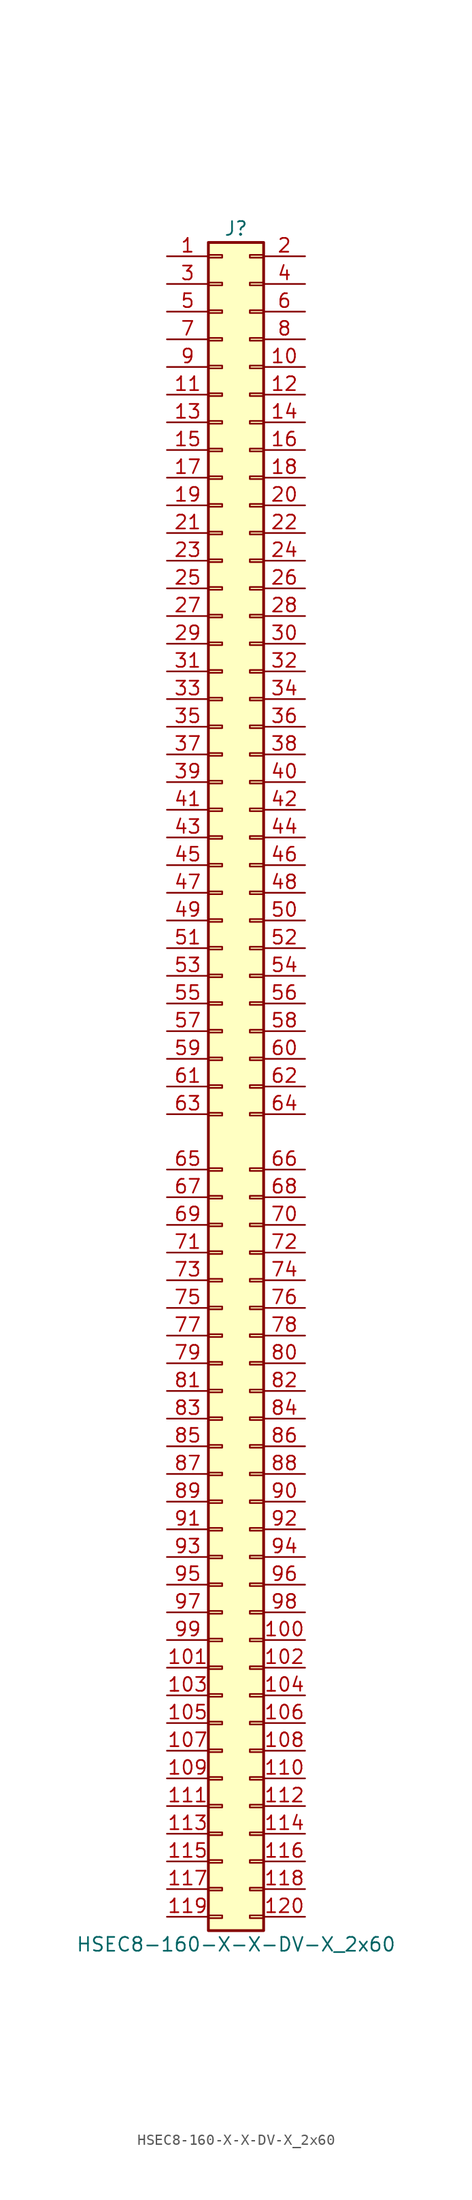
<source format=kicad_sym>
(kicad_symbol_lib
  (version 20231120)
  (generator "kicad_symbol_editor")
  (generator_version "8.0")
  (symbol "HSEC8-160-X-X-DV-X_2x60"
    (pin_names
      (offset 1.016) hide)
    (property "Reference" "J"
      (at 1.27 78.74 0)
      (effects (font (size 1.27 1.27))))
    (property "Value" "HSEC8-160-X-X-DV-X_2x60"
      (at 1.27 -78.74 0)
      (effects (font (size 1.27 1.27))))
    (property "ki_locked" ""
      (at 0 0 0)
      (effects (font (size 1.27 1.27))))
    (symbol "HSEC8-160-X-X-DV-X_2x60_1_1"
      (rectangle (start -1.27 -76.073) (end 0 -76.327) (stroke (width 0.152) (type default)) (fill (type none)))
      (rectangle (start -1.27 -73.533) (end 0 -73.787) (stroke (width 0.152) (type default)) (fill (type none)))
      (rectangle (start -1.27 -70.993) (end 0 -71.247) (stroke (width 0.152) (type default)) (fill (type none)))
      (rectangle (start -1.27 -68.453) (end 0 -68.707) (stroke (width 0.152) (type default)) (fill (type none)))
      (rectangle (start -1.27 -65.913) (end 0 -66.167) (stroke (width 0.152) (type default)) (fill (type none)))
      (rectangle (start -1.27 -63.373) (end 0 -63.627) (stroke (width 0.152) (type default)) (fill (type none)))
      (rectangle (start -1.27 -60.833) (end 0 -61.087) (stroke (width 0.152) (type default)) (fill (type none)))
      (rectangle (start -1.27 -58.293) (end 0 -58.547) (stroke (width 0.152) (type default)) (fill (type none)))
      (rectangle (start -1.27 -55.753) (end 0 -56.007) (stroke (width 0.152) (type default)) (fill (type none)))
      (rectangle (start -1.27 -53.213) (end 0 -53.467) (stroke (width 0.152) (type default)) (fill (type none)))
      (rectangle (start -1.27 -50.673) (end 0 -50.927) (stroke (width 0.152) (type default)) (fill (type none)))
      (rectangle (start -1.27 -48.133) (end 0 -48.387) (stroke (width 0.152) (type default)) (fill (type none)))
      (rectangle (start -1.27 -45.593) (end 0 -45.847) (stroke (width 0.152) (type default)) (fill (type none)))
      (rectangle (start -1.27 -43.053) (end 0 -43.307) (stroke (width 0.152) (type default)) (fill (type none)))
      (rectangle (start -1.27 -40.513) (end 0 -40.767) (stroke (width 0.152) (type default)) (fill (type none)))
      (rectangle (start -1.27 -37.973) (end 0 -38.227) (stroke (width 0.152) (type default)) (fill (type none)))
      (rectangle (start -1.27 -35.433) (end 0 -35.687) (stroke (width 0.152) (type default)) (fill (type none)))
      (rectangle (start -1.27 -32.893) (end 0 -33.147) (stroke (width 0.152) (type default)) (fill (type none)))
      (rectangle (start -1.27 -30.353) (end 0 -30.607) (stroke (width 0.152) (type default)) (fill (type none)))
      (rectangle (start -1.27 -27.813) (end 0 -28.067) (stroke (width 0.152) (type default)) (fill (type none)))
      (rectangle (start -1.27 -25.273) (end 0 -25.527) (stroke (width 0.152) (type default)) (fill (type none)))
      (rectangle (start -1.27 -22.733) (end 0 -22.987) (stroke (width 0.152) (type default)) (fill (type none)))
      (rectangle (start -1.27 -20.193) (end 0 -20.447) (stroke (width 0.152) (type default)) (fill (type none)))
      (rectangle (start -1.27 -17.653) (end 0 -17.907) (stroke (width 0.152) (type default)) (fill (type none)))
      (rectangle (start -1.27 -15.113) (end 0 -15.367) (stroke (width 0.152) (type default)) (fill (type none)))
      (rectangle (start -1.27 -12.573) (end 0 -12.827) (stroke (width 0.152) (type default)) (fill (type none)))
      (rectangle (start -1.27 -10.033) (end 0 -10.287) (stroke (width 0.152) (type default)) (fill (type none)))
      (rectangle (start -1.27 -7.493) (end 0 -7.747) (stroke (width 0.152) (type default)) (fill (type none)))
      (rectangle (start -1.27 -2.413) (end 0 -2.667) (stroke (width 0.152) (type default)) (fill (type none)))
      (rectangle (start -1.27 0.127) (end 0 -0.127) (stroke (width 0.152) (type default)) (fill (type none)))
      (rectangle (start -1.27 2.667) (end 0 2.413) (stroke (width 0.152) (type default)) (fill (type none)))
      (rectangle (start -1.27 5.207) (end 0 4.953) (stroke (width 0.152) (type default)) (fill (type none)))
      (rectangle (start -1.27 7.747) (end 0 7.493) (stroke (width 0.152) (type default)) (fill (type none)))
      (rectangle (start -1.27 10.287) (end 0 10.033) (stroke (width 0.152) (type default)) (fill (type none)))
      (rectangle (start -1.27 12.827) (end 0 12.573) (stroke (width 0.152) (type default)) (fill (type none)))
      (rectangle (start -1.27 15.367) (end 0 15.113) (stroke (width 0.152) (type default)) (fill (type none)))
      (rectangle (start -1.27 17.907) (end 0 17.653) (stroke (width 0.152) (type default)) (fill (type none)))
      (rectangle (start -1.27 20.447) (end 0 20.193) (stroke (width 0.152) (type default)) (fill (type none)))
      (rectangle (start -1.27 22.987) (end 0 22.733) (stroke (width 0.152) (type default)) (fill (type none)))
      (rectangle (start -1.27 25.527) (end 0 25.273) (stroke (width 0.152) (type default)) (fill (type none)))
      (rectangle (start -1.27 28.067) (end 0 27.813) (stroke (width 0.152) (type default)) (fill (type none)))
      (rectangle (start -1.27 30.607) (end 0 30.353) (stroke (width 0.152) (type default)) (fill (type none)))
      (rectangle (start -1.27 33.147) (end 0 32.893) (stroke (width 0.152) (type default)) (fill (type none)))
      (rectangle (start -1.27 35.687) (end 0 35.433) (stroke (width 0.152) (type default)) (fill (type none)))
      (rectangle (start -1.27 38.227) (end 0 37.973) (stroke (width 0.152) (type default)) (fill (type none)))
      (rectangle (start -1.27 40.767) (end 0 40.513) (stroke (width 0.152) (type default)) (fill (type none)))
      (rectangle (start -1.27 43.307) (end 0 43.053) (stroke (width 0.152) (type default)) (fill (type none)))
      (rectangle (start -1.27 45.847) (end 0 45.593) (stroke (width 0.152) (type default)) (fill (type none)))
      (rectangle (start -1.27 48.387) (end 0 48.133) (stroke (width 0.152) (type default)) (fill (type none)))
      (rectangle (start -1.27 50.927) (end 0 50.673) (stroke (width 0.152) (type default)) (fill (type none)))
      (rectangle (start -1.27 53.467) (end 0 53.213) (stroke (width 0.152) (type default)) (fill (type none)))
      (rectangle (start -1.27 56.007) (end 0 55.753) (stroke (width 0.152) (type default)) (fill (type none)))
      (rectangle (start -1.27 58.547) (end 0 58.293) (stroke (width 0.152) (type default)) (fill (type none)))
      (rectangle (start -1.27 61.087) (end 0 60.833) (stroke (width 0.152) (type default)) (fill (type none)))
      (rectangle (start -1.27 63.627) (end 0 63.373) (stroke (width 0.152) (type default)) (fill (type none)))
      (rectangle (start -1.27 66.167) (end 0 65.913) (stroke (width 0.152) (type default)) (fill (type none)))
      (rectangle (start -1.27 68.707) (end 0 68.453) (stroke (width 0.152) (type default)) (fill (type none)))
      (rectangle (start -1.27 71.247) (end 0 70.993) (stroke (width 0.152) (type default)) (fill (type none)))
      (rectangle (start -1.27 73.787) (end 0 73.533) (stroke (width 0.152) (type default)) (fill (type none)))
      (rectangle (start -1.27 76.327) (end 0 76.073) (stroke (width 0.152) (type default)) (fill (type none)))
      (rectangle (start -1.27 77.47) (end 3.81 -77.47) (stroke (width 0.254) (type default)) (fill (type background)))
      (rectangle (start 3.81 -76.073) (end 2.54 -76.327) (stroke (width 0.152) (type default)) (fill (type none)))
      (rectangle (start 3.81 -73.533) (end 2.54 -73.787) (stroke (width 0.152) (type default)) (fill (type none)))
      (rectangle (start 3.81 -70.993) (end 2.54 -71.247) (stroke (width 0.152) (type default)) (fill (type none)))
      (rectangle (start 3.81 -68.453) (end 2.54 -68.707) (stroke (width 0.152) (type default)) (fill (type none)))
      (rectangle (start 3.81 -65.913) (end 2.54 -66.167) (stroke (width 0.152) (type default)) (fill (type none)))
      (rectangle (start 3.81 -63.373) (end 2.54 -63.627) (stroke (width 0.152) (type default)) (fill (type none)))
      (rectangle (start 3.81 -60.833) (end 2.54 -61.087) (stroke (width 0.152) (type default)) (fill (type none)))
      (rectangle (start 3.81 -58.293) (end 2.54 -58.547) (stroke (width 0.152) (type default)) (fill (type none)))
      (rectangle (start 3.81 -55.753) (end 2.54 -56.007) (stroke (width 0.152) (type default)) (fill (type none)))
      (rectangle (start 3.81 -53.213) (end 2.54 -53.467) (stroke (width 0.152) (type default)) (fill (type none)))
      (rectangle (start 3.81 -50.673) (end 2.54 -50.927) (stroke (width 0.152) (type default)) (fill (type none)))
      (rectangle (start 3.81 -48.133) (end 2.54 -48.387) (stroke (width 0.152) (type default)) (fill (type none)))
      (rectangle (start 3.81 -45.593) (end 2.54 -45.847) (stroke (width 0.152) (type default)) (fill (type none)))
      (rectangle (start 3.81 -43.053) (end 2.54 -43.307) (stroke (width 0.152) (type default)) (fill (type none)))
      (rectangle (start 3.81 -40.513) (end 2.54 -40.767) (stroke (width 0.152) (type default)) (fill (type none)))
      (rectangle (start 3.81 -37.973) (end 2.54 -38.227) (stroke (width 0.152) (type default)) (fill (type none)))
      (rectangle (start 3.81 -35.433) (end 2.54 -35.687) (stroke (width 0.152) (type default)) (fill (type none)))
      (rectangle (start 3.81 -32.893) (end 2.54 -33.147) (stroke (width 0.152) (type default)) (fill (type none)))
      (rectangle (start 3.81 -30.353) (end 2.54 -30.607) (stroke (width 0.152) (type default)) (fill (type none)))
      (rectangle (start 3.81 -27.813) (end 2.54 -28.067) (stroke (width 0.152) (type default)) (fill (type none)))
      (rectangle (start 3.81 -25.273) (end 2.54 -25.527) (stroke (width 0.152) (type default)) (fill (type none)))
      (rectangle (start 3.81 -22.733) (end 2.54 -22.987) (stroke (width 0.152) (type default)) (fill (type none)))
      (rectangle (start 3.81 -20.193) (end 2.54 -20.447) (stroke (width 0.152) (type default)) (fill (type none)))
      (rectangle (start 3.81 -17.653) (end 2.54 -17.907) (stroke (width 0.152) (type default)) (fill (type none)))
      (rectangle (start 3.81 -15.113) (end 2.54 -15.367) (stroke (width 0.152) (type default)) (fill (type none)))
      (rectangle (start 3.81 -12.573) (end 2.54 -12.827) (stroke (width 0.152) (type default)) (fill (type none)))
      (rectangle (start 3.81 -10.033) (end 2.54 -10.287) (stroke (width 0.152) (type default)) (fill (type none)))
      (rectangle (start 3.81 -7.493) (end 2.54 -7.747) (stroke (width 0.152) (type default)) (fill (type none)))
      (rectangle (start 3.81 -2.413) (end 2.54 -2.667) (stroke (width 0.152) (type default)) (fill (type none)))
      (rectangle (start 3.81 0.127) (end 2.54 -0.127) (stroke (width 0.152) (type default)) (fill (type none)))
      (rectangle (start 3.81 2.667) (end 2.54 2.413) (stroke (width 0.152) (type default)) (fill (type none)))
      (rectangle (start 3.81 5.207) (end 2.54 4.953) (stroke (width 0.152) (type default)) (fill (type none)))
      (rectangle (start 3.81 7.747) (end 2.54 7.493) (stroke (width 0.152) (type default)) (fill (type none)))
      (rectangle (start 3.81 10.287) (end 2.54 10.033) (stroke (width 0.152) (type default)) (fill (type none)))
      (rectangle (start 3.81 12.827) (end 2.54 12.573) (stroke (width 0.152) (type default)) (fill (type none)))
      (rectangle (start 3.81 15.367) (end 2.54 15.113) (stroke (width 0.152) (type default)) (fill (type none)))
      (rectangle (start 3.81 17.907) (end 2.54 17.653) (stroke (width 0.152) (type default)) (fill (type none)))
      (rectangle (start 3.81 20.447) (end 2.54 20.193) (stroke (width 0.152) (type default)) (fill (type none)))
      (rectangle (start 3.81 22.987) (end 2.54 22.733) (stroke (width 0.152) (type default)) (fill (type none)))
      (rectangle (start 3.81 25.527) (end 2.54 25.273) (stroke (width 0.152) (type default)) (fill (type none)))
      (rectangle (start 3.81 28.067) (end 2.54 27.813) (stroke (width 0.152) (type default)) (fill (type none)))
      (rectangle (start 3.81 30.607) (end 2.54 30.353) (stroke (width 0.152) (type default)) (fill (type none)))
      (rectangle (start 3.81 33.147) (end 2.54 32.893) (stroke (width 0.152) (type default)) (fill (type none)))
      (rectangle (start 3.81 35.687) (end 2.54 35.433) (stroke (width 0.152) (type default)) (fill (type none)))
      (rectangle (start 3.81 38.227) (end 2.54 37.973) (stroke (width 0.152) (type default)) (fill (type none)))
      (rectangle (start 3.81 40.767) (end 2.54 40.513) (stroke (width 0.152) (type default)) (fill (type none)))
      (rectangle (start 3.81 43.307) (end 2.54 43.053) (stroke (width 0.152) (type default)) (fill (type none)))
      (rectangle (start 3.81 45.847) (end 2.54 45.593) (stroke (width 0.152) (type default)) (fill (type none)))
      (rectangle (start 3.81 48.387) (end 2.54 48.133) (stroke (width 0.152) (type default)) (fill (type none)))
      (rectangle (start 3.81 50.927) (end 2.54 50.673) (stroke (width 0.152) (type default)) (fill (type none)))
      (rectangle (start 3.81 53.467) (end 2.54 53.213) (stroke (width 0.152) (type default)) (fill (type none)))
      (rectangle (start 3.81 56.007) (end 2.54 55.753) (stroke (width 0.152) (type default)) (fill (type none)))
      (rectangle (start 3.81 58.547) (end 2.54 58.293) (stroke (width 0.152) (type default)) (fill (type none)))
      (rectangle (start 3.81 61.087) (end 2.54 60.833) (stroke (width 0.152) (type default)) (fill (type none)))
      (rectangle (start 3.81 63.627) (end 2.54 63.373) (stroke (width 0.152) (type default)) (fill (type none)))
      (rectangle (start 3.81 66.167) (end 2.54 65.913) (stroke (width 0.152) (type default)) (fill (type none)))
      (rectangle (start 3.81 68.707) (end 2.54 68.453) (stroke (width 0.152) (type default)) (fill (type none)))
      (rectangle (start 3.81 71.247) (end 2.54 70.993) (stroke (width 0.152) (type default)) (fill (type none)))
      (rectangle (start 3.81 73.787) (end 2.54 73.533) (stroke (width 0.152) (type default)) (fill (type none)))
      (rectangle (start 3.81 76.327) (end 2.54 76.073) (stroke (width 0.152) (type default)) (fill (type none)))
      (pin passive line (at -5.08 76.2 0) (length 3.81) (name "Pin_1" (effects (font (size 1.27 1.27)))) (number "1" (effects (font (size 1.27 1.27)))))
      (pin passive line (at 7.62 66.04 180) (length 3.81) (name "Pin_10" (effects (font (size 1.27 1.27)))) (number "10" (effects (font (size 1.27 1.27)))))
      (pin passive line (at 7.62 -50.8 180) (length 3.81) (name "Pin_100" (effects (font (size 1.27 1.27)))) (number "100" (effects (font (size 1.27 1.27)))))
      (pin passive line (at -5.08 -53.34 0) (length 3.81) (name "Pin_101" (effects (font (size 1.27 1.27)))) (number "101" (effects (font (size 1.27 1.27)))))
      (pin passive line (at 7.62 -53.34 180) (length 3.81) (name "Pin_102" (effects (font (size 1.27 1.27)))) (number "102" (effects (font (size 1.27 1.27)))))
      (pin passive line (at -5.08 -55.88 0) (length 3.81) (name "Pin_103" (effects (font (size 1.27 1.27)))) (number "103" (effects (font (size 1.27 1.27)))))
      (pin passive line (at 7.62 -55.88 180) (length 3.81) (name "Pin_104" (effects (font (size 1.27 1.27)))) (number "104" (effects (font (size 1.27 1.27)))))
      (pin passive line (at -5.08 -58.42 0) (length 3.81) (name "Pin_105" (effects (font (size 1.27 1.27)))) (number "105" (effects (font (size 1.27 1.27)))))
      (pin passive line (at 7.62 -58.42 180) (length 3.81) (name "Pin_106" (effects (font (size 1.27 1.27)))) (number "106" (effects (font (size 1.27 1.27)))))
      (pin passive line (at -5.08 -60.96 0) (length 3.81) (name "Pin_107" (effects (font (size 1.27 1.27)))) (number "107" (effects (font (size 1.27 1.27)))))
      (pin passive line (at 7.62 -60.96 180) (length 3.81) (name "Pin_108" (effects (font (size 1.27 1.27)))) (number "108" (effects (font (size 1.27 1.27)))))
      (pin passive line (at -5.08 -63.5 0) (length 3.81) (name "Pin_109" (effects (font (size 1.27 1.27)))) (number "109" (effects (font (size 1.27 1.27)))))
      (pin passive line (at -5.08 63.5 0) (length 3.81) (name "Pin_11" (effects (font (size 1.27 1.27)))) (number "11" (effects (font (size 1.27 1.27)))))
      (pin passive line (at 7.62 -63.5 180) (length 3.81) (name "Pin_110" (effects (font (size 1.27 1.27)))) (number "110" (effects (font (size 1.27 1.27)))))
      (pin passive line (at -5.08 -66.04 0) (length 3.81) (name "Pin_111" (effects (font (size 1.27 1.27)))) (number "111" (effects (font (size 1.27 1.27)))))
      (pin passive line (at 7.62 -66.04 180) (length 3.81) (name "Pin_112" (effects (font (size 1.27 1.27)))) (number "112" (effects (font (size 1.27 1.27)))))
      (pin passive line (at -5.08 -68.58 0) (length 3.81) (name "Pin_113" (effects (font (size 1.27 1.27)))) (number "113" (effects (font (size 1.27 1.27)))))
      (pin passive line (at 7.62 -68.58 180) (length 3.81) (name "Pin_114" (effects (font (size 1.27 1.27)))) (number "114" (effects (font (size 1.27 1.27)))))
      (pin passive line (at -5.08 -71.12 0) (length 3.81) (name "Pin_115" (effects (font (size 1.27 1.27)))) (number "115" (effects (font (size 1.27 1.27)))))
      (pin passive line (at 7.62 -71.12 180) (length 3.81) (name "Pin_116" (effects (font (size 1.27 1.27)))) (number "116" (effects (font (size 1.27 1.27)))))
      (pin passive line (at -5.08 -73.66 0) (length 3.81) (name "Pin_117" (effects (font (size 1.27 1.27)))) (number "117" (effects (font (size 1.27 1.27)))))
      (pin passive line (at 7.62 -73.66 180) (length 3.81) (name "Pin_118" (effects (font (size 1.27 1.27)))) (number "118" (effects (font (size 1.27 1.27)))))
      (pin passive line (at -5.08 -76.2 0) (length 3.81) (name "Pin_119" (effects (font (size 1.27 1.27)))) (number "119" (effects (font (size 1.27 1.27)))))
      (pin passive line (at 7.62 63.5 180) (length 3.81) (name "Pin_12" (effects (font (size 1.27 1.27)))) (number "12" (effects (font (size 1.27 1.27)))))
      (pin passive line (at 7.62 -76.2 180) (length 3.81) (name "Pin_120" (effects (font (size 1.27 1.27)))) (number "120" (effects (font (size 1.27 1.27)))))
      (pin passive line (at -5.08 60.96 0) (length 3.81) (name "Pin_13" (effects (font (size 1.27 1.27)))) (number "13" (effects (font (size 1.27 1.27)))))
      (pin passive line (at 7.62 60.96 180) (length 3.81) (name "Pin_14" (effects (font (size 1.27 1.27)))) (number "14" (effects (font (size 1.27 1.27)))))
      (pin passive line (at -5.08 58.42 0) (length 3.81) (name "Pin_15" (effects (font (size 1.27 1.27)))) (number "15" (effects (font (size 1.27 1.27)))))
      (pin passive line (at 7.62 58.42 180) (length 3.81) (name "Pin_16" (effects (font (size 1.27 1.27)))) (number "16" (effects (font (size 1.27 1.27)))))
      (pin passive line (at -5.08 55.88 0) (length 3.81) (name "Pin_17" (effects (font (size 1.27 1.27)))) (number "17" (effects (font (size 1.27 1.27)))))
      (pin passive line (at 7.62 55.88 180) (length 3.81) (name "Pin_18" (effects (font (size 1.27 1.27)))) (number "18" (effects (font (size 1.27 1.27)))))
      (pin passive line (at -5.08 53.34 0) (length 3.81) (name "Pin_19" (effects (font (size 1.27 1.27)))) (number "19" (effects (font (size 1.27 1.27)))))
      (pin passive line (at 7.62 76.2 180) (length 3.81) (name "Pin_2" (effects (font (size 1.27 1.27)))) (number "2" (effects (font (size 1.27 1.27)))))
      (pin passive line (at 7.62 53.34 180) (length 3.81) (name "Pin_20" (effects (font (size 1.27 1.27)))) (number "20" (effects (font (size 1.27 1.27)))))
      (pin passive line (at -5.08 50.8 0) (length 3.81) (name "Pin_21" (effects (font (size 1.27 1.27)))) (number "21" (effects (font (size 1.27 1.27)))))
      (pin passive line (at 7.62 50.8 180) (length 3.81) (name "Pin_22" (effects (font (size 1.27 1.27)))) (number "22" (effects (font (size 1.27 1.27)))))
      (pin passive line (at -5.08 48.26 0) (length 3.81) (name "Pin_23" (effects (font (size 1.27 1.27)))) (number "23" (effects (font (size 1.27 1.27)))))
      (pin passive line (at 7.62 48.26 180) (length 3.81) (name "Pin_24" (effects (font (size 1.27 1.27)))) (number "24" (effects (font (size 1.27 1.27)))))
      (pin passive line (at -5.08 45.72 0) (length 3.81) (name "Pin_25" (effects (font (size 1.27 1.27)))) (number "25" (effects (font (size 1.27 1.27)))))
      (pin passive line (at 7.62 45.72 180) (length 3.81) (name "Pin_26" (effects (font (size 1.27 1.27)))) (number "26" (effects (font (size 1.27 1.27)))))
      (pin passive line (at -5.08 43.18 0) (length 3.81) (name "Pin_27" (effects (font (size 1.27 1.27)))) (number "27" (effects (font (size 1.27 1.27)))))
      (pin passive line (at 7.62 43.18 180) (length 3.81) (name "Pin_28" (effects (font (size 1.27 1.27)))) (number "28" (effects (font (size 1.27 1.27)))))
      (pin passive line (at -5.08 40.64 0) (length 3.81) (name "Pin_29" (effects (font (size 1.27 1.27)))) (number "29" (effects (font (size 1.27 1.27)))))
      (pin passive line (at -5.08 73.66 0) (length 3.81) (name "Pin_3" (effects (font (size 1.27 1.27)))) (number "3" (effects (font (size 1.27 1.27)))))
      (pin passive line (at 7.62 40.64 180) (length 3.81) (name "Pin_30" (effects (font (size 1.27 1.27)))) (number "30" (effects (font (size 1.27 1.27)))))
      (pin passive line (at -5.08 38.1 0) (length 3.81) (name "Pin_31" (effects (font (size 1.27 1.27)))) (number "31" (effects (font (size 1.27 1.27)))))
      (pin passive line (at 7.62 38.1 180) (length 3.81) (name "Pin_32" (effects (font (size 1.27 1.27)))) (number "32" (effects (font (size 1.27 1.27)))))
      (pin passive line (at -5.08 35.56 0) (length 3.81) (name "Pin_33" (effects (font (size 1.27 1.27)))) (number "33" (effects (font (size 1.27 1.27)))))
      (pin passive line (at 7.62 35.56 180) (length 3.81) (name "Pin_34" (effects (font (size 1.27 1.27)))) (number "34" (effects (font (size 1.27 1.27)))))
      (pin passive line (at -5.08 33.02 0) (length 3.81) (name "Pin_35" (effects (font (size 1.27 1.27)))) (number "35" (effects (font (size 1.27 1.27)))))
      (pin passive line (at 7.62 33.02 180) (length 3.81) (name "Pin_36" (effects (font (size 1.27 1.27)))) (number "36" (effects (font (size 1.27 1.27)))))
      (pin passive line (at -5.08 30.48 0) (length 3.81) (name "Pin_37" (effects (font (size 1.27 1.27)))) (number "37" (effects (font (size 1.27 1.27)))))
      (pin passive line (at 7.62 30.48 180) (length 3.81) (name "Pin_38" (effects (font (size 1.27 1.27)))) (number "38" (effects (font (size 1.27 1.27)))))
      (pin passive line (at -5.08 27.94 0) (length 3.81) (name "Pin_39" (effects (font (size 1.27 1.27)))) (number "39" (effects (font (size 1.27 1.27)))))
      (pin passive line (at 7.62 73.66 180) (length 3.81) (name "Pin_4" (effects (font (size 1.27 1.27)))) (number "4" (effects (font (size 1.27 1.27)))))
      (pin passive line (at 7.62 27.94 180) (length 3.81) (name "Pin_40" (effects (font (size 1.27 1.27)))) (number "40" (effects (font (size 1.27 1.27)))))
      (pin passive line (at -5.08 25.4 0) (length 3.81) (name "Pin_41" (effects (font (size 1.27 1.27)))) (number "41" (effects (font (size 1.27 1.27)))))
      (pin passive line (at 7.62 25.4 180) (length 3.81) (name "Pin_42" (effects (font (size 1.27 1.27)))) (number "42" (effects (font (size 1.27 1.27)))))
      (pin passive line (at -5.08 22.86 0) (length 3.81) (name "Pin_43" (effects (font (size 1.27 1.27)))) (number "43" (effects (font (size 1.27 1.27)))))
      (pin passive line (at 7.62 22.86 180) (length 3.81) (name "Pin_44" (effects (font (size 1.27 1.27)))) (number "44" (effects (font (size 1.27 1.27)))))
      (pin passive line (at -5.08 20.32 0) (length 3.81) (name "Pin_45" (effects (font (size 1.27 1.27)))) (number "45" (effects (font (size 1.27 1.27)))))
      (pin passive line (at 7.62 20.32 180) (length 3.81) (name "Pin_46" (effects (font (size 1.27 1.27)))) (number "46" (effects (font (size 1.27 1.27)))))
      (pin passive line (at -5.08 17.78 0) (length 3.81) (name "Pin_47" (effects (font (size 1.27 1.27)))) (number "47" (effects (font (size 1.27 1.27)))))
      (pin passive line (at 7.62 17.78 180) (length 3.81) (name "Pin_48" (effects (font (size 1.27 1.27)))) (number "48" (effects (font (size 1.27 1.27)))))
      (pin passive line (at -5.08 15.24 0) (length 3.81) (name "Pin_49" (effects (font (size 1.27 1.27)))) (number "49" (effects (font (size 1.27 1.27)))))
      (pin passive line (at -5.08 71.12 0) (length 3.81) (name "Pin_5" (effects (font (size 1.27 1.27)))) (number "5" (effects (font (size 1.27 1.27)))))
      (pin passive line (at 7.62 15.24 180) (length 3.81) (name "Pin_50" (effects (font (size 1.27 1.27)))) (number "50" (effects (font (size 1.27 1.27)))))
      (pin passive line (at -5.08 12.7 0) (length 3.81) (name "Pin_51" (effects (font (size 1.27 1.27)))) (number "51" (effects (font (size 1.27 1.27)))))
      (pin passive line (at 7.62 12.7 180) (length 3.81) (name "Pin_52" (effects (font (size 1.27 1.27)))) (number "52" (effects (font (size 1.27 1.27)))))
      (pin passive line (at -5.08 10.16 0) (length 3.81) (name "Pin_53" (effects (font (size 1.27 1.27)))) (number "53" (effects (font (size 1.27 1.27)))))
      (pin passive line (at 7.62 10.16 180) (length 3.81) (name "Pin_54" (effects (font (size 1.27 1.27)))) (number "54" (effects (font (size 1.27 1.27)))))
      (pin passive line (at -5.08 7.62 0) (length 3.81) (name "Pin_55" (effects (font (size 1.27 1.27)))) (number "55" (effects (font (size 1.27 1.27)))))
      (pin passive line (at 7.62 7.62 180) (length 3.81) (name "Pin_56" (effects (font (size 1.27 1.27)))) (number "56" (effects (font (size 1.27 1.27)))))
      (pin passive line (at -5.08 5.08 0) (length 3.81) (name "Pin_57" (effects (font (size 1.27 1.27)))) (number "57" (effects (font (size 1.27 1.27)))))
      (pin passive line (at 7.62 5.08 180) (length 3.81) (name "Pin_58" (effects (font (size 1.27 1.27)))) (number "58" (effects (font (size 1.27 1.27)))))
      (pin passive line (at -5.08 2.54 0) (length 3.81) (name "Pin_59" (effects (font (size 1.27 1.27)))) (number "59" (effects (font (size 1.27 1.27)))))
      (pin passive line (at 7.62 71.12 180) (length 3.81) (name "Pin_6" (effects (font (size 1.27 1.27)))) (number "6" (effects (font (size 1.27 1.27)))))
      (pin passive line (at 7.62 2.54 180) (length 3.81) (name "Pin_60" (effects (font (size 1.27 1.27)))) (number "60" (effects (font (size 1.27 1.27)))))
      (pin passive line (at -5.08 0 0) (length 3.81) (name "Pin_61" (effects (font (size 1.27 1.27)))) (number "61" (effects (font (size 1.27 1.27)))))
      (pin passive line (at 7.62 0 180) (length 3.81) (name "Pin_62" (effects (font (size 1.27 1.27)))) (number "62" (effects (font (size 1.27 1.27)))))
      (pin passive line (at -5.08 -2.54 0) (length 3.81) (name "Pin_63" (effects (font (size 1.27 1.27)))) (number "63" (effects (font (size 1.27 1.27)))))
      (pin passive line (at 7.62 -2.54 180) (length 3.81) (name "Pin_64" (effects (font (size 1.27 1.27)))) (number "64" (effects (font (size 1.27 1.27)))))
      (pin passive line (at -5.08 -7.62 0) (length 3.81) (name "Pin_65" (effects (font (size 1.27 1.27)))) (number "65" (effects (font (size 1.27 1.27)))))
      (pin passive line (at 7.62 -7.62 180) (length 3.81) (name "Pin_66" (effects (font (size 1.27 1.27)))) (number "66" (effects (font (size 1.27 1.27)))))
      (pin passive line (at -5.08 -10.16 0) (length 3.81) (name "Pin_67" (effects (font (size 1.27 1.27)))) (number "67" (effects (font (size 1.27 1.27)))))
      (pin passive line (at 7.62 -10.16 180) (length 3.81) (name "Pin_68" (effects (font (size 1.27 1.27)))) (number "68" (effects (font (size 1.27 1.27)))))
      (pin passive line (at -5.08 -12.7 0) (length 3.81) (name "Pin_69" (effects (font (size 1.27 1.27)))) (number "69" (effects (font (size 1.27 1.27)))))
      (pin passive line (at -5.08 68.58 0) (length 3.81) (name "Pin_7" (effects (font (size 1.27 1.27)))) (number "7" (effects (font (size 1.27 1.27)))))
      (pin passive line (at 7.62 -12.7 180) (length 3.81) (name "Pin_70" (effects (font (size 1.27 1.27)))) (number "70" (effects (font (size 1.27 1.27)))))
      (pin passive line (at -5.08 -15.24 0) (length 3.81) (name "Pin_71" (effects (font (size 1.27 1.27)))) (number "71" (effects (font (size 1.27 1.27)))))
      (pin passive line (at 7.62 -15.24 180) (length 3.81) (name "Pin_72" (effects (font (size 1.27 1.27)))) (number "72" (effects (font (size 1.27 1.27)))))
      (pin passive line (at -5.08 -17.78 0) (length 3.81) (name "Pin_73" (effects (font (size 1.27 1.27)))) (number "73" (effects (font (size 1.27 1.27)))))
      (pin passive line (at 7.62 -17.78 180) (length 3.81) (name "Pin_74" (effects (font (size 1.27 1.27)))) (number "74" (effects (font (size 1.27 1.27)))))
      (pin passive line (at -5.08 -20.32 0) (length 3.81) (name "Pin_75" (effects (font (size 1.27 1.27)))) (number "75" (effects (font (size 1.27 1.27)))))
      (pin passive line (at 7.62 -20.32 180) (length 3.81) (name "Pin_76" (effects (font (size 1.27 1.27)))) (number "76" (effects (font (size 1.27 1.27)))))
      (pin passive line (at -5.08 -22.86 0) (length 3.81) (name "Pin_77" (effects (font (size 1.27 1.27)))) (number "77" (effects (font (size 1.27 1.27)))))
      (pin passive line (at 7.62 -22.86 180) (length 3.81) (name "Pin_78" (effects (font (size 1.27 1.27)))) (number "78" (effects (font (size 1.27 1.27)))))
      (pin passive line (at -5.08 -25.4 0) (length 3.81) (name "Pin_79" (effects (font (size 1.27 1.27)))) (number "79" (effects (font (size 1.27 1.27)))))
      (pin passive line (at 7.62 68.58 180) (length 3.81) (name "Pin_8" (effects (font (size 1.27 1.27)))) (number "8" (effects (font (size 1.27 1.27)))))
      (pin passive line (at 7.62 -25.4 180) (length 3.81) (name "Pin_80" (effects (font (size 1.27 1.27)))) (number "80" (effects (font (size 1.27 1.27)))))
      (pin passive line (at -5.08 -27.94 0) (length 3.81) (name "Pin_81" (effects (font (size 1.27 1.27)))) (number "81" (effects (font (size 1.27 1.27)))))
      (pin passive line (at 7.62 -27.94 180) (length 3.81) (name "Pin_82" (effects (font (size 1.27 1.27)))) (number "82" (effects (font (size 1.27 1.27)))))
      (pin passive line (at -5.08 -30.48 0) (length 3.81) (name "Pin_83" (effects (font (size 1.27 1.27)))) (number "83" (effects (font (size 1.27 1.27)))))
      (pin passive line (at 7.62 -30.48 180) (length 3.81) (name "Pin_84" (effects (font (size 1.27 1.27)))) (number "84" (effects (font (size 1.27 1.27)))))
      (pin passive line (at -5.08 -33.02 0) (length 3.81) (name "Pin_85" (effects (font (size 1.27 1.27)))) (number "85" (effects (font (size 1.27 1.27)))))
      (pin passive line (at 7.62 -33.02 180) (length 3.81) (name "Pin_86" (effects (font (size 1.27 1.27)))) (number "86" (effects (font (size 1.27 1.27)))))
      (pin passive line (at -5.08 -35.56 0) (length 3.81) (name "Pin_87" (effects (font (size 1.27 1.27)))) (number "87" (effects (font (size 1.27 1.27)))))
      (pin passive line (at 7.62 -35.56 180) (length 3.81) (name "Pin_88" (effects (font (size 1.27 1.27)))) (number "88" (effects (font (size 1.27 1.27)))))
      (pin passive line (at -5.08 -38.1 0) (length 3.81) (name "Pin_89" (effects (font (size 1.27 1.27)))) (number "89" (effects (font (size 1.27 1.27)))))
      (pin passive line (at -5.08 66.04 0) (length 3.81) (name "Pin_9" (effects (font (size 1.27 1.27)))) (number "9" (effects (font (size 1.27 1.27)))))
      (pin passive line (at 7.62 -38.1 180) (length 3.81) (name "Pin_90" (effects (font (size 1.27 1.27)))) (number "90" (effects (font (size 1.27 1.27)))))
      (pin passive line (at -5.08 -40.64 0) (length 3.81) (name "Pin_91" (effects (font (size 1.27 1.27)))) (number "91" (effects (font (size 1.27 1.27)))))
      (pin passive line (at 7.62 -40.64 180) (length 3.81) (name "Pin_92" (effects (font (size 1.27 1.27)))) (number "92" (effects (font (size 1.27 1.27)))))
      (pin passive line (at -5.08 -43.18 0) (length 3.81) (name "Pin_93" (effects (font (size 1.27 1.27)))) (number "93" (effects (font (size 1.27 1.27)))))
      (pin passive line (at 7.62 -43.18 180) (length 3.81) (name "Pin_94" (effects (font (size 1.27 1.27)))) (number "94" (effects (font (size 1.27 1.27)))))
      (pin passive line (at -5.08 -45.72 0) (length 3.81) (name "Pin_95" (effects (font (size 1.27 1.27)))) (number "95" (effects (font (size 1.27 1.27)))))
      (pin passive line (at 7.62 -45.72 180) (length 3.81) (name "Pin_96" (effects (font (size 1.27 1.27)))) (number "96" (effects (font (size 1.27 1.27)))))
      (pin passive line (at -5.08 -48.26 0) (length 3.81) (name "Pin_97" (effects (font (size 1.27 1.27)))) (number "97" (effects (font (size 1.27 1.27)))))
      (pin passive line (at 7.62 -48.26 180) (length 3.81) (name "Pin_98" (effects (font (size 1.27 1.27)))) (number "98" (effects (font (size 1.27 1.27)))))
      (pin passive line (at -5.08 -50.8 0) (length 3.81) (name "Pin_99" (effects (font (size 1.27 1.27)))) (number "99" (effects (font (size 1.27 1.27))))))))
</source>
